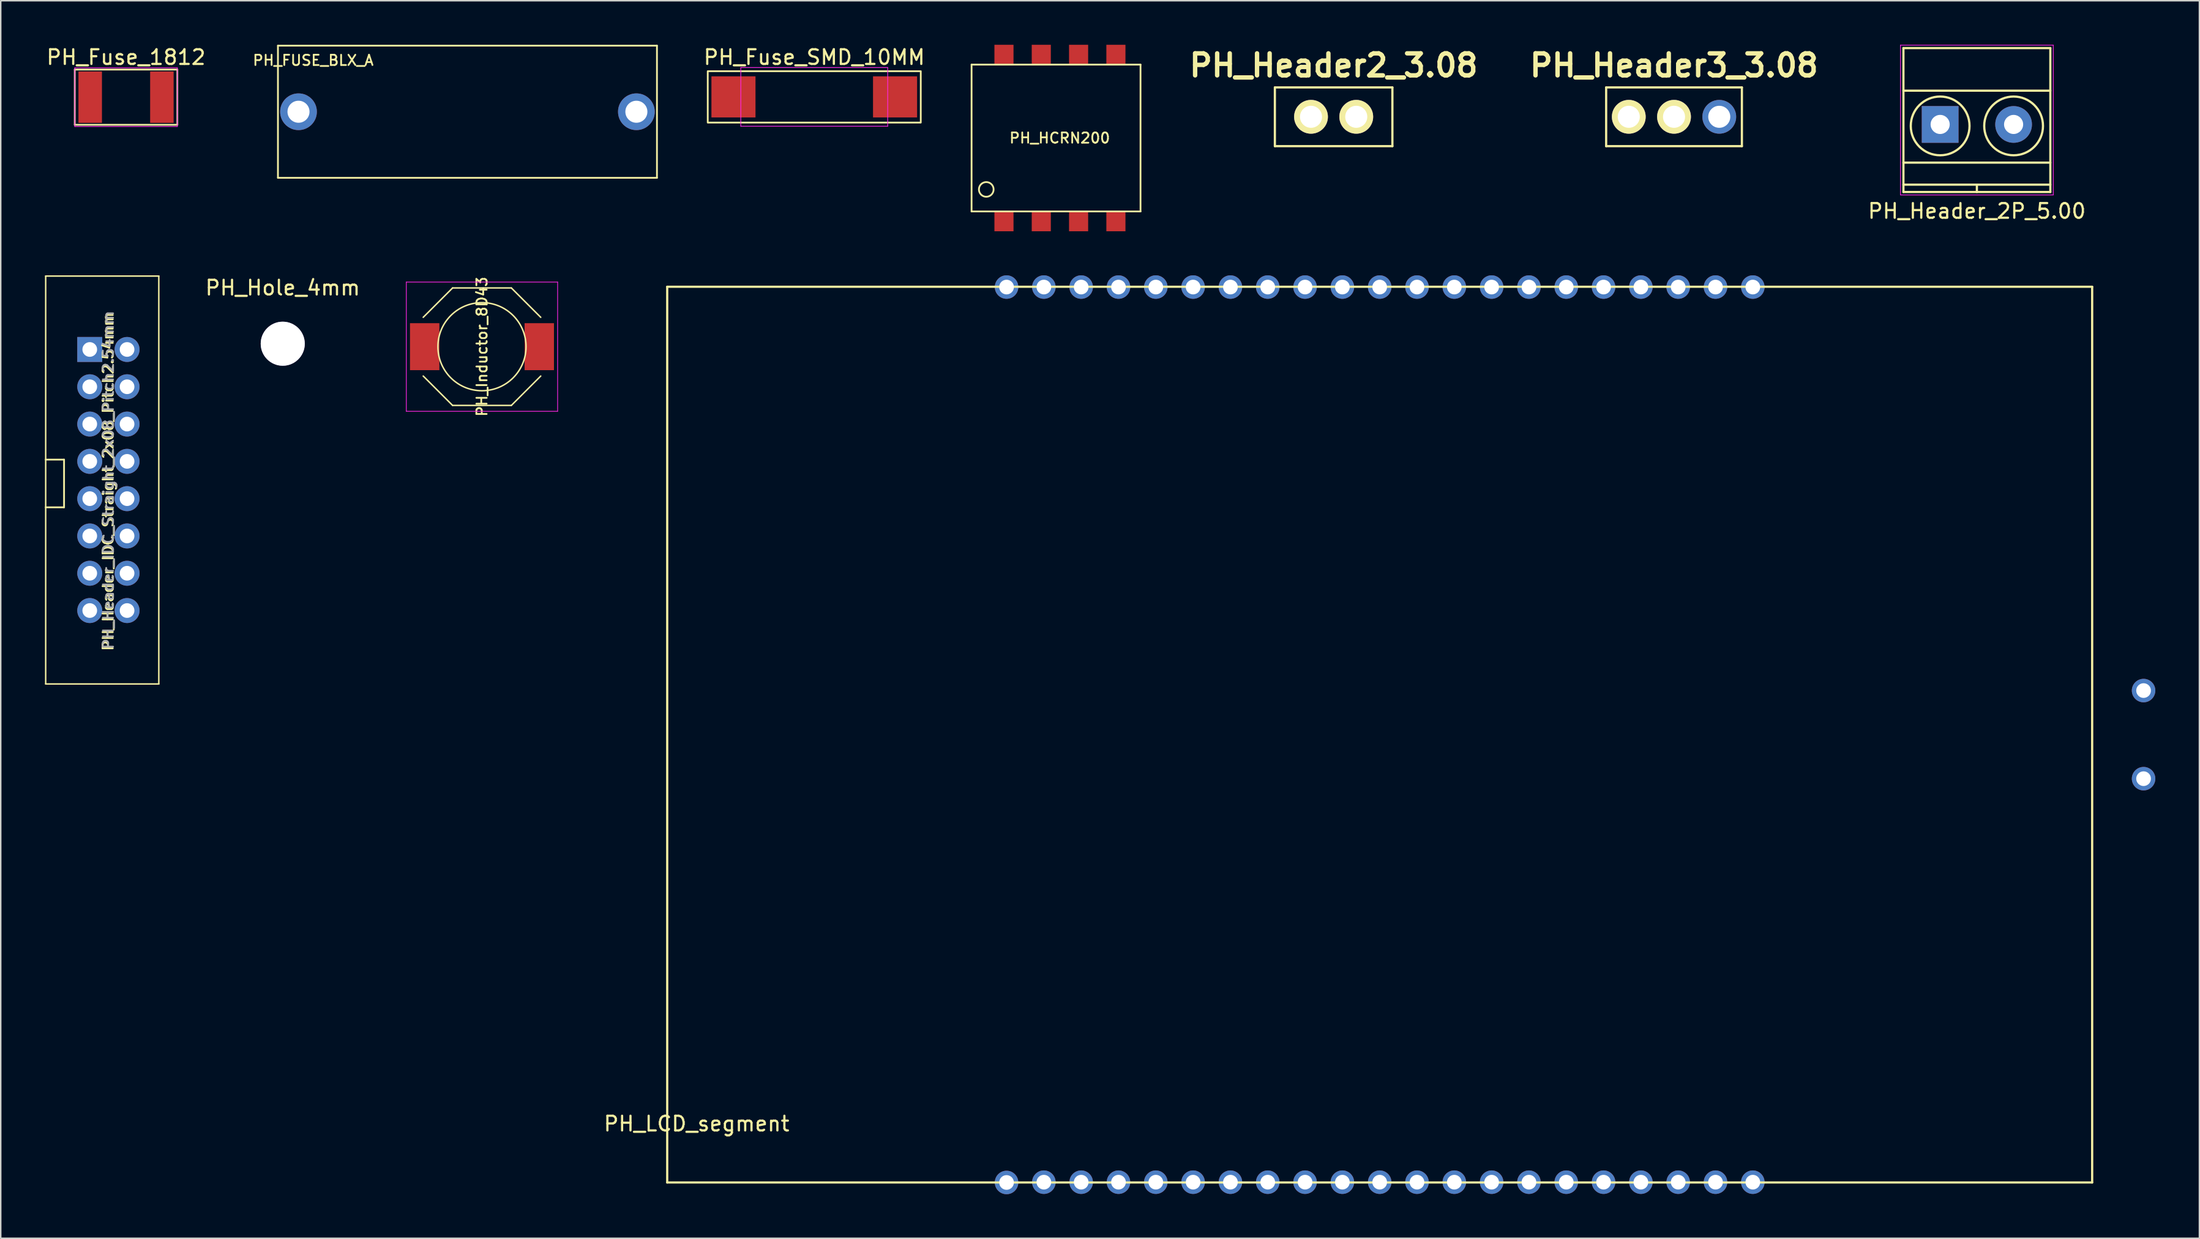
<source format=kicad_pcb>
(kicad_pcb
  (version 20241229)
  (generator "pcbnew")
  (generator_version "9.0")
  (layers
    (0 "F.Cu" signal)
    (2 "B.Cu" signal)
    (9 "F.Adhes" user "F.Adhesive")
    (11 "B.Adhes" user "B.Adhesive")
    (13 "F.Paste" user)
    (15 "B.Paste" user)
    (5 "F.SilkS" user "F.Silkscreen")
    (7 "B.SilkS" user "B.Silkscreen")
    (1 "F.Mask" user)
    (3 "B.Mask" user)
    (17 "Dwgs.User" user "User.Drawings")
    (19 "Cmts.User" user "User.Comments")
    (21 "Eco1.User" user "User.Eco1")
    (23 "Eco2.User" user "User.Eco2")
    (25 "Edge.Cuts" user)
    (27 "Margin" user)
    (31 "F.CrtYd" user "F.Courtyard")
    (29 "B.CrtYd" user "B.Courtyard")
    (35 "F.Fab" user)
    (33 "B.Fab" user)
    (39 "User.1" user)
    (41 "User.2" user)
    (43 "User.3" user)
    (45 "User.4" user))
  (footprint "PH_LCD_segment"
    (layer "F.Cu")
    (at 90.868 46.98)
    (property "Reference" "PH_LCD_segment" (at -46.5 26.5 0) (layer "F.SilkS") (effects (font (size 1 1) (thickness 0.15))))
    (attr through_hole)
    (fp_line (start -48.5 -30.5) (end -48.5 30.5) (stroke (width 0.15) (type solid)) (layer "F.SilkS"))
    (fp_line (start -48.5 30.5) (end 48.5 30.5) (stroke (width 0.15) (type solid)) (layer "F.SilkS"))
    (fp_line (start 48.5 -30.5) (end -48.5 -30.5) (stroke (width 0.15) (type solid)) (layer "F.SilkS"))
    (fp_line (start 48.5 30.5) (end 48.5 -30.5) (stroke (width 0.15) (type solid)) (layer "F.SilkS"))
    (pad "1" thru_hole circle (at -25.4 30.5) (size 1.6 1.6) (drill 1) (layers "*.Cu" "*.Mask"))
    (pad "2" thru_hole circle (at -22.86 30.48) (size 1.6 1.6) (drill 1) (layers "*.Cu" "*.Mask"))
    (pad "3" thru_hole circle (at -20.32 30.48) (size 1.6 1.6) (drill 1) (layers "*.Cu" "*.Mask"))
    (pad "4" thru_hole circle (at -17.78 30.48) (size 1.6 1.6) (drill 1) (layers "*.Cu" "*.Mask"))
    (pad "5" thru_hole circle (at -15.24 30.48) (size 1.6 1.6) (drill 1) (layers "*.Cu" "*.Mask"))
    (pad "6" thru_hole circle (at -12.7 30.48) (size 1.6 1.6) (drill 1) (layers "*.Cu" "*.Mask"))
    (pad "7" thru_hole circle (at -10.16 30.48) (size 1.6 1.6) (drill 1) (layers "*.Cu" "*.Mask"))
    (pad "8" thru_hole circle (at -7.62 30.48) (size 1.6 1.6) (drill 1) (layers "*.Cu" "*.Mask"))
    (pad "9" thru_hole circle (at -5.08 30.48) (size 1.6 1.6) (drill 1) (layers "*.Cu" "*.Mask"))
    (pad "10" thru_hole circle (at -2.54 30.48) (size 1.6 1.6) (drill 1) (layers "*.Cu" "*.Mask"))
    (pad "11" thru_hole circle (at 0 30.48) (size 1.6 1.6) (drill 1) (layers "*.Cu" "*.Mask"))
    (pad "12" thru_hole circle (at 2.54 30.48) (size 1.6 1.6) (drill 1) (layers "*.Cu" "*.Mask"))
    (pad "13" thru_hole circle (at 5.08 30.48) (size 1.6 1.6) (drill 1) (layers "*.Cu" "*.Mask"))
    (pad "14" thru_hole circle (at 7.62 30.48) (size 1.6 1.6) (drill 1) (layers "*.Cu" "*.Mask"))
    (pad "15" thru_hole circle (at 10.16 30.48) (size 1.6 1.6) (drill 1) (layers "*.Cu" "*.Mask"))
    (pad "16" thru_hole circle (at 12.7 30.48) (size 1.6 1.6) (drill 1) (layers "*.Cu" "*.Mask"))
    (pad "17" thru_hole circle (at 15.24 30.48) (size 1.6 1.6) (drill 1) (layers "*.Cu" "*.Mask"))
    (pad "18" thru_hole circle (at 17.78 30.48) (size 1.6 1.6) (drill 1) (layers "*.Cu" "*.Mask"))
    (pad "19" thru_hole circle (at 20.32 30.48) (size 1.6 1.6) (drill 1) (layers "*.Cu" "*.Mask"))
    (pad "20" thru_hole circle (at 22.86 30.48) (size 1.6 1.6) (drill 1) (layers "*.Cu" "*.Mask"))
    (pad "21" thru_hole circle (at 25.4 30.48) (size 1.6 1.6) (drill 1) (layers "*.Cu" "*.Mask"))
    (pad "22" thru_hole circle (at 25.4 -30.48) (size 1.6 1.6) (drill 1) (layers "*.Cu" "*.Mask"))
    (pad "23" thru_hole circle (at 22.86 -30.48) (size 1.6 1.6) (drill 1) (layers "*.Cu" "*.Mask"))
    (pad "24" thru_hole circle (at 20.32 -30.48) (size 1.6 1.6) (drill 1) (layers "*.Cu" "*.Mask"))
    (pad "25" thru_hole circle (at 17.78 -30.48) (size 1.6 1.6) (drill 1) (layers "*.Cu" "*.Mask"))
    (pad "26" thru_hole circle (at 15.24 -30.48) (size 1.6 1.6) (drill 1) (layers "*.Cu" "*.Mask"))
    (pad "27" thru_hole circle (at 12.7 -30.48) (size 1.6 1.6) (drill 1) (layers "*.Cu" "*.Mask"))
    (pad "28" thru_hole circle (at 10.16 -30.48) (size 1.6 1.6) (drill 1) (layers "*.Cu" "*.Mask"))
    (pad "29" thru_hole circle (at 7.62 -30.48) (size 1.6 1.6) (drill 1) (layers "*.Cu" "*.Mask"))
    (pad "30" thru_hole circle (at 5.08 -30.48) (size 1.6 1.6) (drill 1) (layers "*.Cu" "*.Mask"))
    (pad "31" thru_hole circle (at 2.54 -30.48) (size 1.6 1.6) (drill 1) (layers "*.Cu" "*.Mask"))
    (pad "32" thru_hole circle (at 0 -30.48) (size 1.6 1.6) (drill 1) (layers "*.Cu" "*.Mask"))
    (pad "33" thru_hole circle (at -2.54 -30.48) (size 1.6 1.6) (drill 1) (layers "*.Cu" "*.Mask"))
    (pad "34" thru_hole circle (at -5.08 -30.48) (size 1.6 1.6) (drill 1) (layers "*.Cu" "*.Mask"))
    (pad "35" thru_hole circle (at -7.62 -30.48) (size 1.6 1.6) (drill 1) (layers "*.Cu" "*.Mask"))
    (pad "36" thru_hole circle (at -10.16 -30.48) (size 1.6 1.6) (drill 1) (layers "*.Cu" "*.Mask"))
    (pad "37" thru_hole circle (at -12.7 -30.48) (size 1.6 1.6) (drill 1) (layers "*.Cu" "*.Mask"))
    (pad "38" thru_hole circle (at -15.24 -30.48) (size 1.6 1.6) (drill 1) (layers "*.Cu" "*.Mask"))
    (pad "39" thru_hole circle (at -17.78 -30.48) (size 1.6 1.6) (drill 1) (layers "*.Cu" "*.Mask"))
    (pad "40" thru_hole circle (at -20.32 -30.48) (size 1.6 1.6) (drill 1) (layers "*.Cu" "*.Mask"))
    (pad "41" thru_hole circle (at -22.86 -30.48) (size 1.6 1.6) (drill 1) (layers "*.Cu" "*.Mask"))
    (pad "42" thru_hole circle (at -25.4 -30.48) (size 1.6 1.6) (drill 1) (layers "*.Cu" "*.Mask"))
    (pad "A" thru_hole circle (at 52 -3) (size 1.6 1.6) (drill 1) (layers "*.Cu" "*.Mask"))
    (pad "K" thru_hole circle (at 52 3) (size 1.6 1.6) (drill 1) (layers "*.Cu" "*.Mask")))
  (footprint "PH_Fuse_SMD_10MM"
    (layer "F.Cu")
    (at 52.378 3.548)
    (property "Reference" "PH_Fuse_SMD_10MM" (at 0 -2.7 0) (layer "F.SilkS") (effects (font (size 1 1) (thickness 0.15))))
    (attr smd)
    (fp_line (start -7.25 -1.75) (end -7.25 1.75) (stroke (width 0.12) (type solid)) (layer "F.SilkS"))
    (fp_line (start -7.2 -1.75) (end 7.2 -1.75) (stroke (width 0.12) (type solid)) (layer "F.SilkS"))
    (fp_line (start -7.2 1.75) (end 7.2 1.75) (stroke (width 0.12) (type solid)) (layer "F.SilkS"))
    (fp_line (start 7.25 -1.75) (end 7.25 1.75) (stroke (width 0.12) (type solid)) (layer "F.SilkS"))
    (fp_line (start -5 -2) (end -5 2) (stroke (width 0.05) (type solid)) (layer "F.CrtYd"))
    (fp_line (start -5 2) (end 5 2) (stroke (width 0.05) (type solid)) (layer "F.CrtYd"))
    (fp_line (start 5 -2) (end -5 -2) (stroke (width 0.05) (type solid)) (layer "F.CrtYd"))
    (fp_line (start 5 -2) (end 5 2) (stroke (width 0.05) (type solid)) (layer "F.CrtYd"))
    (pad "1" smd rect (at -5.5 0) (size 3 2.8) (layers "F.Cu" "F.Mask" "F.Paste"))
    (pad "2" smd rect (at 5.5 0) (size 3 2.8) (layers "F.Cu" "F.Mask" "F.Paste")))
  (footprint "PH_Header_IDC_Straight_2x08_Pitch2.54mm"
    (layer "F.Cu")
    (at 3.06 20.75)
    (property "Reference" "PH_Header_IDC_Straight_2x08_Pitch2.54mm" (at 1.25 9 90) (layer "F.SilkS") (effects (font (size 0.7 0.7) (thickness 0.12))))
    (attr through_hole)
    (fp_line (start -3 -5) (end 4.7 -5) (stroke (width 0.1) (type solid)) (layer "F.SilkS"))
    (fp_line (start -3 7.5) (end -1.75 7.5) (stroke (width 0.12) (type solid)) (layer "F.SilkS"))
    (fp_line (start -3 22.78) (end -3 -5) (stroke (width 0.1) (type solid)) (layer "F.SilkS"))
    (fp_line (start -1.75 7.5) (end -1.75 10.75) (stroke (width 0.12) (type solid)) (layer "F.SilkS"))
    (fp_line (start -1.75 10.75) (end -3 10.75) (stroke (width 0.12) (type solid)) (layer "F.SilkS"))
    (fp_line (start 4.7 -5) (end 4.7 22.78) (stroke (width 0.1) (type solid)) (layer "F.SilkS"))
    (fp_line (start 4.7 22.78) (end -3 22.78) (stroke (width 0.1) (type solid)) (layer "F.SilkS"))
    (fp_text user "${REFERENCE}" (at 1.27 8.89 90) (layer "F.Fab") (effects (font (size 0.7 0.7) (thickness 0.12))))
    (pad "1" thru_hole rect (at 0 0) (size 1.7 1.7) (drill 1) (layers "*.Cu" "*.Mask"))
    (pad "2" thru_hole oval (at 2.54 0) (size 1.7 1.7) (drill 1) (layers "*.Cu" "*.Mask"))
    (pad "3" thru_hole oval (at 0 2.54) (size 1.7 1.7) (drill 1) (layers "*.Cu" "*.Mask"))
    (pad "4" thru_hole oval (at 2.54 2.54) (size 1.7 1.7) (drill 1) (layers "*.Cu" "*.Mask"))
    (pad "5" thru_hole oval (at 0 5.08) (size 1.7 1.7) (drill 1) (layers "*.Cu" "*.Mask"))
    (pad "6" thru_hole oval (at 2.54 5.08) (size 1.7 1.7) (drill 1) (layers "*.Cu" "*.Mask"))
    (pad "7" thru_hole oval (at 0 7.62) (size 1.7 1.7) (drill 1) (layers "*.Cu" "*.Mask"))
    (pad "8" thru_hole oval (at 2.54 7.62) (size 1.7 1.7) (drill 1) (layers "*.Cu" "*.Mask"))
    (pad "9" thru_hole oval (at 0 10.16) (size 1.7 1.7) (drill 1) (layers "*.Cu" "*.Mask"))
    (pad "10" thru_hole oval (at 2.54 10.16) (size 1.7 1.7) (drill 1) (layers "*.Cu" "*.Mask"))
    (pad "11" thru_hole oval (at 0 12.7) (size 1.7 1.7) (drill 1) (layers "*.Cu" "*.Mask"))
    (pad "12" thru_hole oval (at 2.54 12.7) (size 1.7 1.7) (drill 1) (layers "*.Cu" "*.Mask"))
    (pad "13" thru_hole oval (at 0 15.24) (size 1.7 1.7) (drill 1) (layers "*.Cu" "*.Mask"))
    (pad "14" thru_hole oval (at 2.54 15.24) (size 1.7 1.7) (drill 1) (layers "*.Cu" "*.Mask"))
    (pad "15" thru_hole oval (at 0 17.78) (size 1.7 1.7) (drill 1) (layers "*.Cu" "*.Mask"))
    (pad "16" thru_hole oval (at 2.54 17.78) (size 1.7 1.7) (drill 1) (layers "*.Cu" "*.Mask")))
  (footprint "PH_FUSE_BLX_A"
    (layer "F.Cu")
    (at 28.77 4.56)
    (property "Reference" "PH_FUSE_BLX_A" (at -10.5 -3.5 0) (layer "F.SilkS") (effects (font (size 0.7 0.7) (thickness 0.12))))
    (attr through_hole)
    (fp_line (start -12.9 -4.5) (end -12.9 4.5) (stroke (width 0.12) (type solid)) (layer "F.SilkS"))
    (fp_line (start -12.9 -4.5) (end 12.9 -4.5) (stroke (width 0.12) (type solid)) (layer "F.SilkS"))
    (fp_line (start -12.9 4.5) (end 12.9 4.5) (stroke (width 0.12) (type solid)) (layer "F.SilkS"))
    (fp_line (start 12.9 -4.5) (end 12.9 4.5) (stroke (width 0.12) (type solid)) (layer "F.SilkS"))
    (pad "1" thru_hole circle (at -11.5 0) (size 2.5 2.5) (drill 1.5) (layers "*.Cu" "*.Mask"))
    (pad "2" thru_hole circle (at 11.5 0) (size 2.5 2.5) (drill 1.5) (layers "*.Cu" "*.Mask")))
  (footprint "PH_Header_2P_5.00"
    (layer "F.Cu")
    (at 129.02 5.425)
    (property "Reference" "PH_Header_2P_5.00" (at 2.5 5.9 0) (layer "F.SilkS") (effects (font (size 1 1) (thickness 0.15))))
    (attr through_hole)
    (fp_line (start -2.5 -5.2) (end -2.5 4.6) (stroke (width 0.15) (type solid)) (layer "F.SilkS"))
    (fp_line (start -2.5 -2.3) (end 7.5 -2.3) (stroke (width 0.15) (type solid)) (layer "F.SilkS"))
    (fp_line (start -2.5 2.6) (end 7.5 2.6) (stroke (width 0.15) (type solid)) (layer "F.SilkS"))
    (fp_line (start -2.5 4.1) (end 7.5 4.1) (stroke (width 0.15) (type solid)) (layer "F.SilkS"))
    (fp_line (start -2.5 4.6) (end 7.5 4.6) (stroke (width 0.15) (type solid)) (layer "F.SilkS"))
    (fp_line (start 2.5 4.1) (end 2.5 4.6) (stroke (width 0.15) (type solid)) (layer "F.SilkS"))
    (fp_line (start 7.5 -5.2) (end -2.5 -5.2) (stroke (width 0.15) (type solid)) (layer "F.SilkS"))
    (fp_line (start 7.5 4.6) (end 7.5 -5.2) (stroke (width 0.15) (type solid)) (layer "F.SilkS"))
    (fp_circle (center 0 0.1) (end 2 0.1) (stroke (width 0.15) (type solid)) (fill no) (layer "F.SilkS"))
    (fp_circle (center 5 0.1) (end 3 0.1) (stroke (width 0.15) (type solid)) (fill no) (layer "F.SilkS"))
    (fp_line (start -2.7 -5.4) (end 7.7 -5.4) (stroke (width 0.05) (type solid)) (layer "F.CrtYd"))
    (fp_line (start -2.7 4.8) (end -2.7 -5.4) (stroke (width 0.05) (type solid)) (layer "F.CrtYd"))
    (fp_line (start 7.7 -5.4) (end 7.7 4.8) (stroke (width 0.05) (type solid)) (layer "F.CrtYd"))
    (fp_line (start 7.7 4.8) (end -2.7 4.8) (stroke (width 0.05) (type solid)) (layer "F.CrtYd"))
    (pad "1" thru_hole rect (at 0 0) (size 2.5 2.5) (drill 1.3) (layers "*.Cu" "*.Mask"))
    (pad "2" thru_hole circle (at 5 0) (size 2.5 2.5) (drill 1.3) (layers "*.Cu" "*.Mask")))
  (footprint "PH_HCRN200"
    (layer "F.Cu")
    (at 69.087 6.35)
    (property "Reference" "PH_HCRN200" (at 0 0 0) (layer "F.SilkS") (effects (font (size 0.7 0.7) (thickness 0.12))))
    (attr through_hole)
    (fp_line (start -6 -5) (end 5.5 -5) (stroke (width 0.12) (type solid)) (layer "F.SilkS"))
    (fp_line (start -6 5) (end -6 -5) (stroke (width 0.12) (type solid)) (layer "F.SilkS"))
    (fp_line (start 5.5 -5) (end 5.5 5) (stroke (width 0.12) (type solid)) (layer "F.SilkS"))
    (fp_line (start 5.5 5) (end -6 5) (stroke (width 0.12) (type solid)) (layer "F.SilkS"))
    (fp_circle (center -5 3.5) (end -4.5 3.5) (stroke (width 0.12) (type solid)) (fill no) (layer "F.SilkS"))
    (pad "1" smd rect (at -3.795 5.7) (size 1.3 1.3) (layers "F.Cu" "F.Mask" "F.Paste"))
    (pad "2" smd rect (at -1.255 5.7) (size 1.3 1.3) (layers "F.Cu" "F.Mask" "F.Paste"))
    (pad "3" smd rect (at 1.285 5.7) (size 1.3 1.3) (layers "F.Cu" "F.Mask" "F.Paste"))
    (pad "4" smd rect (at 3.825 5.7) (size 1.3 1.3) (layers "F.Cu" "F.Mask" "F.Paste"))
    (pad "5" smd rect (at 3.825 -5.7) (size 1.3 1.3) (layers "F.Cu" "F.Mask" "F.Paste"))
    (pad "6" smd rect (at 1.285 -5.7) (size 1.3 1.3) (layers "F.Cu" "F.Mask" "F.Paste"))
    (pad "7" smd rect (at -1.255 -5.7) (size 1.3 1.3) (layers "F.Cu" "F.Mask" "F.Paste"))
    (pad "8" smd rect (at -3.795 -5.7) (size 1.3 1.3) (layers "F.Cu" "F.Mask" "F.Paste")))
  (footprint "PH_Header2_3.08"
    (layer "F.Cu")
    (at 87.733 4.904)
    (property "Reference" "PH_Header2_3.08" (at 0 -3.5 0) (layer "F.SilkS") (effects (font (size 1.5 1.5) (thickness 0.3))))
    (attr through_hole)
    (fp_line (start -4 -2) (end 4 -2) (stroke (width 0.15) (type solid)) (layer "F.SilkS"))
    (fp_line (start -4 2) (end -4 -2) (stroke (width 0.15) (type solid)) (layer "F.SilkS"))
    (fp_line (start 4 -2) (end 4 2) (stroke (width 0.15) (type solid)) (layer "F.SilkS"))
    (fp_line (start 4 2) (end -4 2) (stroke (width 0.15) (type solid)) (layer "F.SilkS"))
    (pad "1" thru_hole circle (at -1.54 0) (size 2.3 2.3) (drill 1.5) (layers "*.Cu" "*.Mask" "F.SilkS"))
    (pad "2" thru_hole circle (at 1.54 0) (size 2.3 2.3) (drill 1.5) (layers "*.Cu" "*.Mask" "F.SilkS")))
  (footprint "PH_Inductor_8D43"
    (layer "F.Cu")
    (at 29.759 20.56)
    (property "Reference" "PH_Inductor_8D43" (at 0 0 90) (layer "F.SilkS") (effects (font (size 0.7 0.7) (thickness 0.12))))
    (attr smd)
    (fp_line (start -4 -2) (end -2 -4) (stroke (width 0.1) (type solid)) (layer "F.SilkS"))
    (fp_line (start -2 -4) (end 2 -4) (stroke (width 0.1) (type solid)) (layer "F.SilkS"))
    (fp_line (start -2 4) (end -4 2) (stroke (width 0.1) (type solid)) (layer "F.SilkS"))
    (fp_line (start 2 -4) (end 4 -2) (stroke (width 0.1) (type solid)) (layer "F.SilkS"))
    (fp_line (start 2 4) (end -2 4) (stroke (width 0.1) (type solid)) (layer "F.SilkS"))
    (fp_line (start 4 2) (end 2 4) (stroke (width 0.1) (type solid)) (layer "F.SilkS"))
    (fp_circle (center 0 0) (end 0 -3) (stroke (width 0.1) (type solid)) (fill no) (layer "F.SilkS"))
    (fp_line (start -5.15 -4.4) (end 5.15 -4.4) (stroke (width 0.05) (type solid)) (layer "F.CrtYd"))
    (fp_line (start -5.15 4.4) (end -5.15 -4.4) (stroke (width 0.05) (type solid)) (layer "F.CrtYd"))
    (fp_line (start 5.15 -4.4) (end 5.15 4.4) (stroke (width 0.05) (type solid)) (layer "F.CrtYd"))
    (fp_line (start 5.15 4.4) (end -5.15 4.4) (stroke (width 0.05) (type solid)) (layer "F.CrtYd"))
    (pad "1" smd rect (at -3.9 0) (size 2 3.2) (layers "F.Cu" "F.Mask" "F.Paste"))
    (pad "2" smd rect (at 3.9 0) (size 2 3.2) (layers "F.Cu" "F.Mask" "F.Paste")))
  (footprint "PH_Fuse_1812"
    (layer "F.Cu")
    (at 5.53 3.568)
    (property "Reference" "PH_Fuse_1812" (at 0 -2.72 0) (layer "F.SilkS") (effects (font (size 1 1) (thickness 0.15))))
    (attr smd)
    (fp_line (start -3.49 -1.88) (end -3.49 1.88) (stroke (width 0.12) (type solid)) (layer "F.SilkS"))
    (fp_line (start -3.49 -1.88) (end 3.49 -1.88) (stroke (width 0.12) (type solid)) (layer "F.SilkS"))
    (fp_line (start -3.49 1.88) (end 3.49 1.88) (stroke (width 0.12) (type solid)) (layer "F.SilkS"))
    (fp_line (start 3.49 -1.88) (end 3.49 1.88) (stroke (width 0.12) (type solid)) (layer "F.SilkS"))
    (fp_line (start -3.49 -2) (end -3.49 2) (stroke (width 0.05) (type solid)) (layer "F.CrtYd"))
    (fp_line (start -3.49 -2) (end 3.49 -2) (stroke (width 0.05) (type solid)) (layer "F.CrtYd"))
    (fp_line (start 3.49 2) (end -3.49 2) (stroke (width 0.05) (type solid)) (layer "F.CrtYd"))
    (fp_line (start 3.49 2) (end 3.49 -2) (stroke (width 0.05) (type solid)) (layer "F.CrtYd"))
    (pad "1" smd rect (at -2.44 0) (size 1.6 3.5) (layers "F.Cu" "F.Mask" "F.Paste"))
    (pad "2" smd rect (at 2.44 0) (size 1.6 3.5) (layers "F.Cu" "F.Mask" "F.Paste")))
  (footprint "PH_Hole_4mm"
    (layer "F.Cu")
    (at 16.197 20.358)
    (property "Reference" "PH_Hole_4mm" (at 0 -3.81 0) (layer "F.SilkS") (effects (font (size 1 1) (thickness 0.15))))
    (attr through_hole)
    (pad "~" thru_hole circle (at 0 0) (size 3 3) (drill 3) (layers "*.Cu" "*.Mask")))
  (footprint "PH_Header3_3.08"
    (layer "F.Cu")
    (at 110.904 4.904)
    (property "Reference" "PH_Header3_3.08" (at 0 -3.5 0) (layer "F.SilkS") (effects (font (size 1.5 1.5) (thickness 0.3))))
    (attr through_hole)
    (fp_line (start -4.62 -2) (end 4.62 -2) (stroke (width 0.15) (type solid)) (layer "F.SilkS"))
    (fp_line (start -4.62 2) (end -4.62 -2) (stroke (width 0.15) (type solid)) (layer "F.SilkS"))
    (fp_line (start 4.62 -2) (end 4.62 2) (stroke (width 0.15) (type solid)) (layer "F.SilkS"))
    (fp_line (start 4.62 2) (end -4.62 2) (stroke (width 0.15) (type solid)) (layer "F.SilkS"))
    (pad "1" thru_hole circle (at -3.08 0) (size 2.3 2.3) (drill 1.5) (layers "*.Cu" "*.Mask" "F.SilkS"))
    (pad "2" thru_hole circle (at 0 0) (size 2.3 2.3) (drill 1.5) (layers "*.Cu" "*.Mask" "F.SilkS"))
    (pad "3" thru_hole circle (at 3.08 0) (size 2.3 2.3) (drill 1.5) (layers "*.Cu" "*.Mask")))
  (gr_rect
    (start -3 -3)
    (end 146.668 81.28)
    (stroke (width 0.1) (type default))
    (fill no)
    (layer "Edge.Cuts")))
</source>
